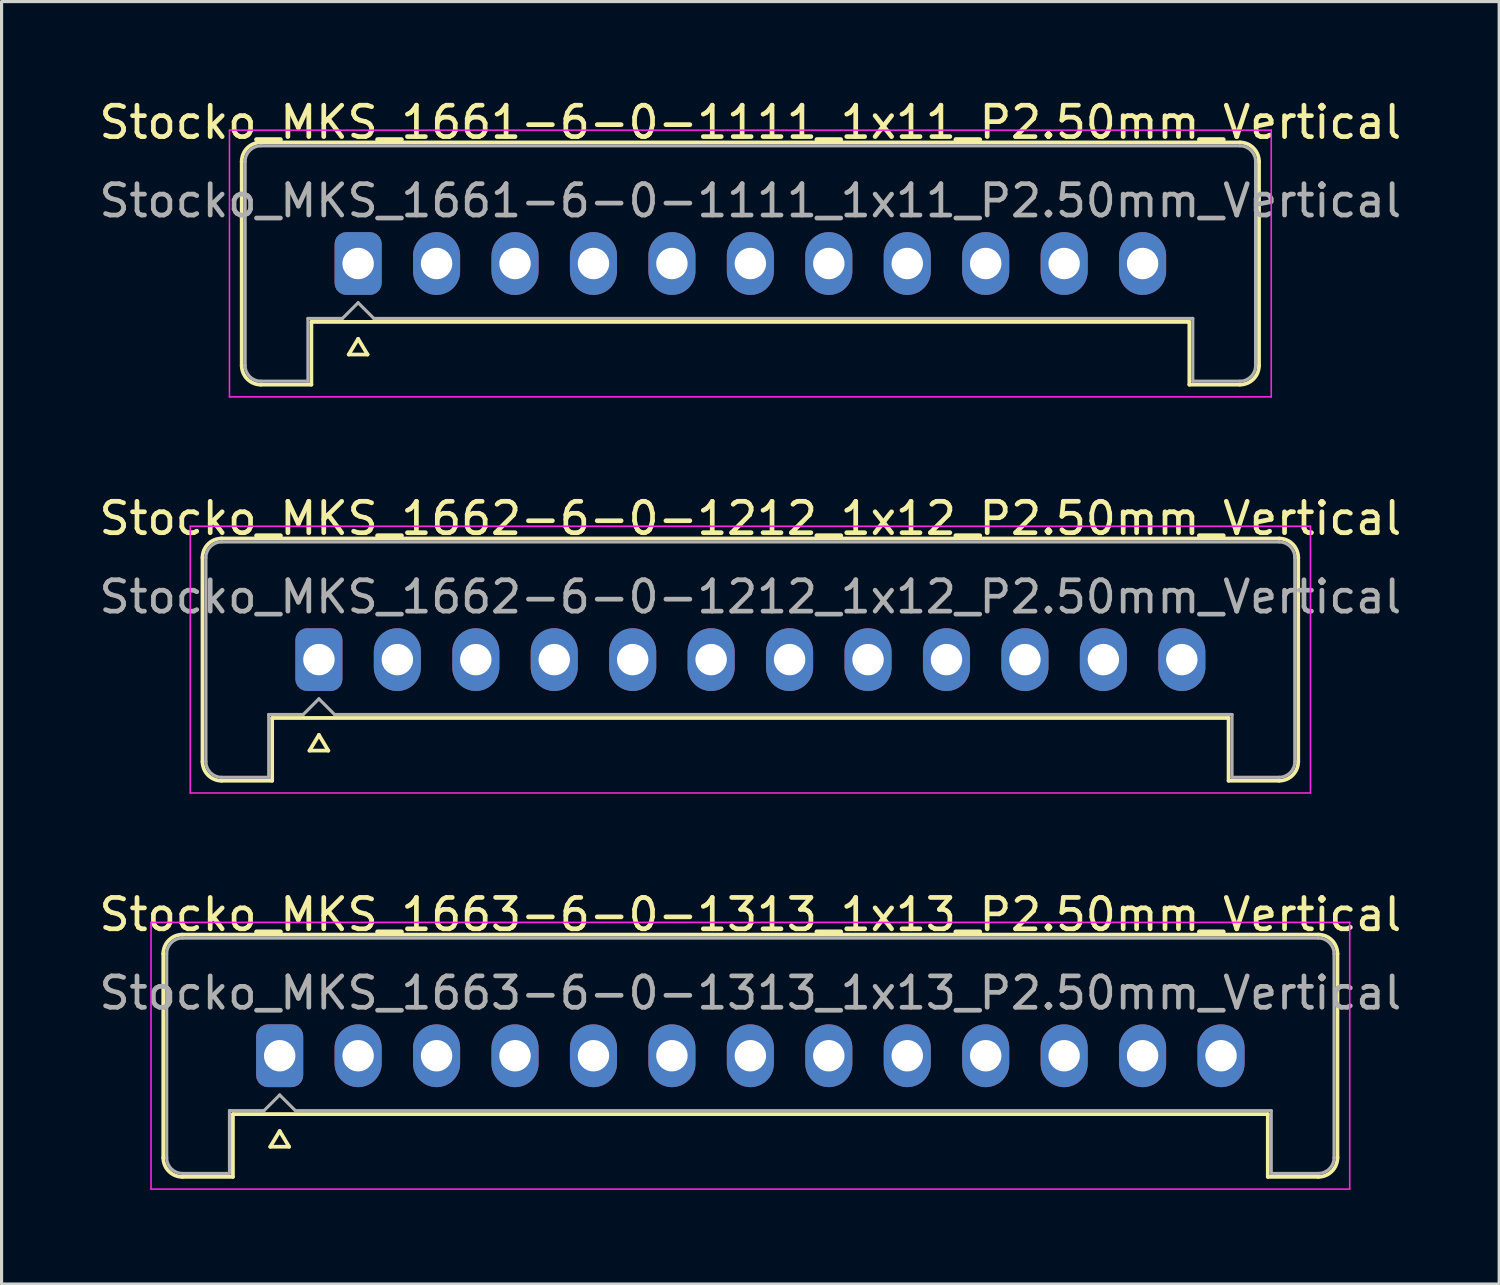
<source format=kicad_pcb>
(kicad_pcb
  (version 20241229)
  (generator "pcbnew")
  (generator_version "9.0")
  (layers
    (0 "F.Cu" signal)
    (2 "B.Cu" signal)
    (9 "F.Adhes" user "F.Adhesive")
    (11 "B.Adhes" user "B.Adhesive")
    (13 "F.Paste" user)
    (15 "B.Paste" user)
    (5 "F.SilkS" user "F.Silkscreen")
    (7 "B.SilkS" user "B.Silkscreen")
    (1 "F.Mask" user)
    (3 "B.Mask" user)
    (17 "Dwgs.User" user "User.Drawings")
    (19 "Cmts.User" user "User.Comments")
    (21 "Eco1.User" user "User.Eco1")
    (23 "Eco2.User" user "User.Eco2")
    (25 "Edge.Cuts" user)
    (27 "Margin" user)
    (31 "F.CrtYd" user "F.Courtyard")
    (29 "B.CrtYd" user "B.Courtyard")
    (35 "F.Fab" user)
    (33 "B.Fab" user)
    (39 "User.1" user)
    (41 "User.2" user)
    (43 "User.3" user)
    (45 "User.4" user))
  (footprint "Stocko_MKS_1662-6-0-1212_1x12_P2.50mm_Vertical"
    (layer "F.Cu")
    (at 7.113 17.971)
    (property "Reference" "Stocko_MKS_1662-6-0-1212_1x12_P2.50mm_Vertical" (at 13.75 -4.5 0) (layer "F.SilkS") (effects (font (size 1 1) (thickness 0.15))))
    (attr through_hole)
    (fp_line (start -3.71 -3.25) (end -3.71 3.25) (stroke (width 0.12) (type solid)) (layer "F.SilkS"))
    (fp_line (start -3.1 -3.86) (end 30.6 -3.86) (stroke (width 0.12) (type solid)) (layer "F.SilkS"))
    (fp_line (start -3.1 3.86) (end -1.49 3.86) (stroke (width 0.12) (type solid)) (layer "F.SilkS"))
    (fp_line (start -1.49 1.86) (end 28.99 1.86) (stroke (width 0.12) (type solid)) (layer "F.SilkS"))
    (fp_line (start -1.49 3.86) (end -1.49 1.86) (stroke (width 0.12) (type solid)) (layer "F.SilkS"))
    (fp_line (start -0.3 2.9) (end 0.3 2.9) (stroke (width 0.12) (type solid)) (layer "F.SilkS"))
    (fp_line (start 0 2.4) (end -0.3 2.9) (stroke (width 0.12) (type solid)) (layer "F.SilkS"))
    (fp_line (start 0.3 2.9) (end 0 2.4) (stroke (width 0.12) (type solid)) (layer "F.SilkS"))
    (fp_line (start 28.99 3.86) (end 28.99 1.86) (stroke (width 0.12) (type solid)) (layer "F.SilkS"))
    (fp_line (start 30.6 3.86) (end 28.99 3.86) (stroke (width 0.12) (type solid)) (layer "F.SilkS"))
    (fp_line (start 31.21 -3.25) (end 31.21 3.25) (stroke (width 0.12) (type solid)) (layer "F.SilkS"))
    (fp_arc (start -3.71 -3.25) (mid -3.531335 -3.681335) (end -3.1 -3.86) (stroke (width 0.12) (type solid)) (layer "F.SilkS"))
    (fp_arc (start -3.1 3.86) (mid -3.531335 3.681335) (end -3.71 3.25) (stroke (width 0.12) (type solid)) (layer "F.SilkS"))
    (fp_arc (start 30.6 -3.86) (mid 31.031335 -3.681335) (end 31.21 -3.25) (stroke (width 0.12) (type solid)) (layer "F.SilkS"))
    (fp_arc (start 31.21 3.25) (mid 31.031335 3.681335) (end 30.6 3.86) (stroke (width 0.12) (type solid)) (layer "F.SilkS"))
    (fp_line (start -4.1 -4.25) (end -4.1 4.25) (stroke (width 0.05) (type solid)) (layer "F.CrtYd"))
    (fp_line (start -4.1 4.25) (end 31.6 4.25) (stroke (width 0.05) (type solid)) (layer "F.CrtYd"))
    (fp_line (start 31.6 -4.25) (end -4.1 -4.25) (stroke (width 0.05) (type solid)) (layer "F.CrtYd"))
    (fp_line (start 31.6 4.25) (end 31.6 -4.25) (stroke (width 0.05) (type solid)) (layer "F.CrtYd"))
    (fp_line (start -3.6 -3.25) (end -3.6 3.25) (stroke (width 0.1) (type solid)) (layer "F.Fab"))
    (fp_line (start -3.1 -3.75) (end 30.6 -3.75) (stroke (width 0.1) (type solid)) (layer "F.Fab"))
    (fp_line (start -3.1 3.75) (end -1.6 3.75) (stroke (width 0.1) (type solid)) (layer "F.Fab"))
    (fp_line (start -1.6 1.75) (end -0.5 1.75) (stroke (width 0.1) (type solid)) (layer "F.Fab"))
    (fp_line (start -1.6 3.75) (end -1.6 1.75) (stroke (width 0.1) (type solid)) (layer "F.Fab"))
    (fp_line (start -0.5 1.75) (end 0 1.25) (stroke (width 0.1) (type solid)) (layer "F.Fab"))
    (fp_line (start 0 1.25) (end 0.5 1.75) (stroke (width 0.1) (type solid)) (layer "F.Fab"))
    (fp_line (start 0.5 1.75) (end 29.1 1.75) (stroke (width 0.1) (type solid)) (layer "F.Fab"))
    (fp_line (start 29.1 3.75) (end 29.1 1.75) (stroke (width 0.1) (type solid)) (layer "F.Fab"))
    (fp_line (start 30.6 3.75) (end 29.1 3.75) (stroke (width 0.1) (type solid)) (layer "F.Fab"))
    (fp_line (start 31.1 -3.25) (end 31.1 3.25) (stroke (width 0.1) (type solid)) (layer "F.Fab"))
    (fp_arc (start -3.6 -3.25) (mid -3.453553 -3.603553) (end -3.1 -3.75) (stroke (width 0.1) (type solid)) (layer "F.Fab"))
    (fp_arc (start -3.1 3.75) (mid -3.453553 3.603553) (end -3.6 3.25) (stroke (width 0.1) (type solid)) (layer "F.Fab"))
    (fp_arc (start 30.6 -3.75) (mid 30.953553 -3.603553) (end 31.1 -3.25) (stroke (width 0.1) (type solid)) (layer "F.Fab"))
    (fp_arc (start 31.1 3.25) (mid 30.953553 3.603553) (end 30.6 3.75) (stroke (width 0.1) (type solid)) (layer "F.Fab"))
    (fp_text user "${REFERENCE}" (at 13.75 -2 0) (layer "F.Fab") (effects (font (size 1 1) (thickness 0.15))))
    (pad "1" thru_hole roundrect (at 0 0) (size 1.5 2) (drill 1) (layers "*.Cu" "*.Mask") (roundrect_rratio 0.25))
    (pad "2" thru_hole oval (at 2.5 0) (size 1.5 2) (drill 1) (layers "*.Cu" "*.Mask"))
    (pad "3" thru_hole oval (at 5 0) (size 1.5 2) (drill 1) (layers "*.Cu" "*.Mask"))
    (pad "4" thru_hole oval (at 7.5 0) (size 1.5 2) (drill 1) (layers "*.Cu" "*.Mask"))
    (pad "5" thru_hole oval (at 10 0) (size 1.5 2) (drill 1) (layers "*.Cu" "*.Mask"))
    (pad "6" thru_hole oval (at 12.5 0) (size 1.5 2) (drill 1) (layers "*.Cu" "*.Mask"))
    (pad "7" thru_hole oval (at 15 0) (size 1.5 2) (drill 1) (layers "*.Cu" "*.Mask"))
    (pad "8" thru_hole oval (at 17.5 0) (size 1.5 2) (drill 1) (layers "*.Cu" "*.Mask"))
    (pad "9" thru_hole oval (at 20 0) (size 1.5 2) (drill 1) (layers "*.Cu" "*.Mask"))
    (pad "10" thru_hole oval (at 22.5 0) (size 1.5 2) (drill 1) (layers "*.Cu" "*.Mask"))
    (pad "11" thru_hole oval (at 25 0) (size 1.5 2) (drill 1) (layers "*.Cu" "*.Mask"))
    (pad "12" thru_hole oval (at 27.5 0) (size 1.5 2) (drill 1) (layers "*.Cu" "*.Mask")))
  (footprint "Stocko_MKS_1661-6-0-1111_1x11_P2.50mm_Vertical"
    (layer "F.Cu")
    (at 8.363 5.348)
    (property "Reference" "Stocko_MKS_1661-6-0-1111_1x11_P2.50mm_Vertical" (at 12.5 -4.5 0) (layer "F.SilkS") (effects (font (size 1 1) (thickness 0.15))))
    (attr through_hole)
    (fp_line (start -3.71 -3.25) (end -3.71 3.25) (stroke (width 0.12) (type solid)) (layer "F.SilkS"))
    (fp_line (start -3.1 -3.86) (end 28.1 -3.86) (stroke (width 0.12) (type solid)) (layer "F.SilkS"))
    (fp_line (start -3.1 3.86) (end -1.49 3.86) (stroke (width 0.12) (type solid)) (layer "F.SilkS"))
    (fp_line (start -1.49 1.86) (end 26.49 1.86) (stroke (width 0.12) (type solid)) (layer "F.SilkS"))
    (fp_line (start -1.49 3.86) (end -1.49 1.86) (stroke (width 0.12) (type solid)) (layer "F.SilkS"))
    (fp_line (start -0.3 2.9) (end 0.3 2.9) (stroke (width 0.12) (type solid)) (layer "F.SilkS"))
    (fp_line (start 0 2.4) (end -0.3 2.9) (stroke (width 0.12) (type solid)) (layer "F.SilkS"))
    (fp_line (start 0.3 2.9) (end 0 2.4) (stroke (width 0.12) (type solid)) (layer "F.SilkS"))
    (fp_line (start 26.49 3.86) (end 26.49 1.86) (stroke (width 0.12) (type solid)) (layer "F.SilkS"))
    (fp_line (start 28.1 3.86) (end 26.49 3.86) (stroke (width 0.12) (type solid)) (layer "F.SilkS"))
    (fp_line (start 28.71 -3.25) (end 28.71 3.25) (stroke (width 0.12) (type solid)) (layer "F.SilkS"))
    (fp_arc (start -3.71 -3.25) (mid -3.531335 -3.681335) (end -3.1 -3.86) (stroke (width 0.12) (type solid)) (layer "F.SilkS"))
    (fp_arc (start -3.1 3.86) (mid -3.531335 3.681335) (end -3.71 3.25) (stroke (width 0.12) (type solid)) (layer "F.SilkS"))
    (fp_arc (start 28.1 -3.86) (mid 28.531335 -3.681335) (end 28.71 -3.25) (stroke (width 0.12) (type solid)) (layer "F.SilkS"))
    (fp_arc (start 28.71 3.25) (mid 28.531335 3.681335) (end 28.1 3.86) (stroke (width 0.12) (type solid)) (layer "F.SilkS"))
    (fp_line (start -4.1 -4.25) (end -4.1 4.25) (stroke (width 0.05) (type solid)) (layer "F.CrtYd"))
    (fp_line (start -4.1 4.25) (end 29.1 4.25) (stroke (width 0.05) (type solid)) (layer "F.CrtYd"))
    (fp_line (start 29.1 -4.25) (end -4.1 -4.25) (stroke (width 0.05) (type solid)) (layer "F.CrtYd"))
    (fp_line (start 29.1 4.25) (end 29.1 -4.25) (stroke (width 0.05) (type solid)) (layer "F.CrtYd"))
    (fp_line (start -3.6 -3.25) (end -3.6 3.25) (stroke (width 0.1) (type solid)) (layer "F.Fab"))
    (fp_line (start -3.1 -3.75) (end 28.1 -3.75) (stroke (width 0.1) (type solid)) (layer "F.Fab"))
    (fp_line (start -3.1 3.75) (end -1.6 3.75) (stroke (width 0.1) (type solid)) (layer "F.Fab"))
    (fp_line (start -1.6 1.75) (end -0.5 1.75) (stroke (width 0.1) (type solid)) (layer "F.Fab"))
    (fp_line (start -1.6 3.75) (end -1.6 1.75) (stroke (width 0.1) (type solid)) (layer "F.Fab"))
    (fp_line (start -0.5 1.75) (end 0 1.25) (stroke (width 0.1) (type solid)) (layer "F.Fab"))
    (fp_line (start 0 1.25) (end 0.5 1.75) (stroke (width 0.1) (type solid)) (layer "F.Fab"))
    (fp_line (start 0.5 1.75) (end 26.6 1.75) (stroke (width 0.1) (type solid)) (layer "F.Fab"))
    (fp_line (start 26.6 3.75) (end 26.6 1.75) (stroke (width 0.1) (type solid)) (layer "F.Fab"))
    (fp_line (start 28.1 3.75) (end 26.6 3.75) (stroke (width 0.1) (type solid)) (layer "F.Fab"))
    (fp_line (start 28.6 -3.25) (end 28.6 3.25) (stroke (width 0.1) (type solid)) (layer "F.Fab"))
    (fp_arc (start -3.6 -3.25) (mid -3.453553 -3.603553) (end -3.1 -3.75) (stroke (width 0.1) (type solid)) (layer "F.Fab"))
    (fp_arc (start -3.1 3.75) (mid -3.453553 3.603553) (end -3.6 3.25) (stroke (width 0.1) (type solid)) (layer "F.Fab"))
    (fp_arc (start 28.1 -3.75) (mid 28.453553 -3.603553) (end 28.6 -3.25) (stroke (width 0.1) (type solid)) (layer "F.Fab"))
    (fp_arc (start 28.6 3.25) (mid 28.453553 3.603553) (end 28.1 3.75) (stroke (width 0.1) (type solid)) (layer "F.Fab"))
    (fp_text user "${REFERENCE}" (at 12.5 -2 0) (layer "F.Fab") (effects (font (size 1 1) (thickness 0.15))))
    (pad "1" thru_hole roundrect (at 0 0) (size 1.5 2) (drill 1) (layers "*.Cu" "*.Mask") (roundrect_rratio 0.25))
    (pad "2" thru_hole oval (at 2.5 0) (size 1.5 2) (drill 1) (layers "*.Cu" "*.Mask"))
    (pad "3" thru_hole oval (at 5 0) (size 1.5 2) (drill 1) (layers "*.Cu" "*.Mask"))
    (pad "4" thru_hole oval (at 7.5 0) (size 1.5 2) (drill 1) (layers "*.Cu" "*.Mask"))
    (pad "5" thru_hole oval (at 10 0) (size 1.5 2) (drill 1) (layers "*.Cu" "*.Mask"))
    (pad "6" thru_hole oval (at 12.5 0) (size 1.5 2) (drill 1) (layers "*.Cu" "*.Mask"))
    (pad "7" thru_hole oval (at 15 0) (size 1.5 2) (drill 1) (layers "*.Cu" "*.Mask"))
    (pad "8" thru_hole oval (at 17.5 0) (size 1.5 2) (drill 1) (layers "*.Cu" "*.Mask"))
    (pad "9" thru_hole oval (at 20 0) (size 1.5 2) (drill 1) (layers "*.Cu" "*.Mask"))
    (pad "10" thru_hole oval (at 22.5 0) (size 1.5 2) (drill 1) (layers "*.Cu" "*.Mask"))
    (pad "11" thru_hole oval (at 25 0) (size 1.5 2) (drill 1) (layers "*.Cu" "*.Mask")))
  (footprint "Stocko_MKS_1663-6-0-1313_1x13_P2.50mm_Vertical"
    (layer "F.Cu")
    (at 5.863 30.595)
    (property "Reference" "Stocko_MKS_1663-6-0-1313_1x13_P2.50mm_Vertical" (at 15 -4.5 0) (layer "F.SilkS") (effects (font (size 1 1) (thickness 0.15))))
    (attr through_hole)
    (fp_line (start -3.71 -3.25) (end -3.71 3.25) (stroke (width 0.12) (type solid)) (layer "F.SilkS"))
    (fp_line (start -3.1 -3.86) (end 33.1 -3.86) (stroke (width 0.12) (type solid)) (layer "F.SilkS"))
    (fp_line (start -3.1 3.86) (end -1.49 3.86) (stroke (width 0.12) (type solid)) (layer "F.SilkS"))
    (fp_line (start -1.49 1.86) (end 31.49 1.86) (stroke (width 0.12) (type solid)) (layer "F.SilkS"))
    (fp_line (start -1.49 3.86) (end -1.49 1.86) (stroke (width 0.12) (type solid)) (layer "F.SilkS"))
    (fp_line (start -0.3 2.9) (end 0.3 2.9) (stroke (width 0.12) (type solid)) (layer "F.SilkS"))
    (fp_line (start 0 2.4) (end -0.3 2.9) (stroke (width 0.12) (type solid)) (layer "F.SilkS"))
    (fp_line (start 0.3 2.9) (end 0 2.4) (stroke (width 0.12) (type solid)) (layer "F.SilkS"))
    (fp_line (start 31.49 3.86) (end 31.49 1.86) (stroke (width 0.12) (type solid)) (layer "F.SilkS"))
    (fp_line (start 33.1 3.86) (end 31.49 3.86) (stroke (width 0.12) (type solid)) (layer "F.SilkS"))
    (fp_line (start 33.71 -3.25) (end 33.71 3.25) (stroke (width 0.12) (type solid)) (layer "F.SilkS"))
    (fp_arc (start -3.71 -3.25) (mid -3.531335 -3.681335) (end -3.1 -3.86) (stroke (width 0.12) (type solid)) (layer "F.SilkS"))
    (fp_arc (start -3.1 3.86) (mid -3.531335 3.681335) (end -3.71 3.25) (stroke (width 0.12) (type solid)) (layer "F.SilkS"))
    (fp_arc (start 33.1 -3.86) (mid 33.531335 -3.681335) (end 33.71 -3.25) (stroke (width 0.12) (type solid)) (layer "F.SilkS"))
    (fp_arc (start 33.71 3.25) (mid 33.531335 3.681335) (end 33.1 3.86) (stroke (width 0.12) (type solid)) (layer "F.SilkS"))
    (fp_line (start -4.1 -4.25) (end -4.1 4.25) (stroke (width 0.05) (type solid)) (layer "F.CrtYd"))
    (fp_line (start -4.1 4.25) (end 34.1 4.25) (stroke (width 0.05) (type solid)) (layer "F.CrtYd"))
    (fp_line (start 34.1 -4.25) (end -4.1 -4.25) (stroke (width 0.05) (type solid)) (layer "F.CrtYd"))
    (fp_line (start 34.1 4.25) (end 34.1 -4.25) (stroke (width 0.05) (type solid)) (layer "F.CrtYd"))
    (fp_line (start -3.6 -3.25) (end -3.6 3.25) (stroke (width 0.1) (type solid)) (layer "F.Fab"))
    (fp_line (start -3.1 -3.75) (end 33.1 -3.75) (stroke (width 0.1) (type solid)) (layer "F.Fab"))
    (fp_line (start -3.1 3.75) (end -1.6 3.75) (stroke (width 0.1) (type solid)) (layer "F.Fab"))
    (fp_line (start -1.6 1.75) (end -0.5 1.75) (stroke (width 0.1) (type solid)) (layer "F.Fab"))
    (fp_line (start -1.6 3.75) (end -1.6 1.75) (stroke (width 0.1) (type solid)) (layer "F.Fab"))
    (fp_line (start -0.5 1.75) (end 0 1.25) (stroke (width 0.1) (type solid)) (layer "F.Fab"))
    (fp_line (start 0 1.25) (end 0.5 1.75) (stroke (width 0.1) (type solid)) (layer "F.Fab"))
    (fp_line (start 0.5 1.75) (end 31.6 1.75) (stroke (width 0.1) (type solid)) (layer "F.Fab"))
    (fp_line (start 31.6 3.75) (end 31.6 1.75) (stroke (width 0.1) (type solid)) (layer "F.Fab"))
    (fp_line (start 33.1 3.75) (end 31.6 3.75) (stroke (width 0.1) (type solid)) (layer "F.Fab"))
    (fp_line (start 33.6 -3.25) (end 33.6 3.25) (stroke (width 0.1) (type solid)) (layer "F.Fab"))
    (fp_arc (start -3.6 -3.25) (mid -3.453553 -3.603553) (end -3.1 -3.75) (stroke (width 0.1) (type solid)) (layer "F.Fab"))
    (fp_arc (start -3.1 3.75) (mid -3.453553 3.603553) (end -3.6 3.25) (stroke (width 0.1) (type solid)) (layer "F.Fab"))
    (fp_arc (start 33.1 -3.75) (mid 33.453553 -3.603553) (end 33.6 -3.25) (stroke (width 0.1) (type solid)) (layer "F.Fab"))
    (fp_arc (start 33.6 3.25) (mid 33.453553 3.603553) (end 33.1 3.75) (stroke (width 0.1) (type solid)) (layer "F.Fab"))
    (fp_text user "${REFERENCE}" (at 15 -2 0) (layer "F.Fab") (effects (font (size 1 1) (thickness 0.15))))
    (pad "1" thru_hole roundrect (at 0 0) (size 1.5 2) (drill 1) (layers "*.Cu" "*.Mask") (roundrect_rratio 0.25))
    (pad "2" thru_hole oval (at 2.5 0) (size 1.5 2) (drill 1) (layers "*.Cu" "*.Mask"))
    (pad "3" thru_hole oval (at 5 0) (size 1.5 2) (drill 1) (layers "*.Cu" "*.Mask"))
    (pad "4" thru_hole oval (at 7.5 0) (size 1.5 2) (drill 1) (layers "*.Cu" "*.Mask"))
    (pad "5" thru_hole oval (at 10 0) (size 1.5 2) (drill 1) (layers "*.Cu" "*.Mask"))
    (pad "6" thru_hole oval (at 12.5 0) (size 1.5 2) (drill 1) (layers "*.Cu" "*.Mask"))
    (pad "7" thru_hole oval (at 15 0) (size 1.5 2) (drill 1) (layers "*.Cu" "*.Mask"))
    (pad "8" thru_hole oval (at 17.5 0) (size 1.5 2) (drill 1) (layers "*.Cu" "*.Mask"))
    (pad "9" thru_hole oval (at 20 0) (size 1.5 2) (drill 1) (layers "*.Cu" "*.Mask"))
    (pad "10" thru_hole oval (at 22.5 0) (size 1.5 2) (drill 1) (layers "*.Cu" "*.Mask"))
    (pad "11" thru_hole oval (at 25 0) (size 1.5 2) (drill 1) (layers "*.Cu" "*.Mask"))
    (pad "12" thru_hole oval (at 27.5 0) (size 1.5 2) (drill 1) (layers "*.Cu" "*.Mask"))
    (pad "13" thru_hole oval (at 30 0) (size 1.5 2) (drill 1) (layers "*.Cu" "*.Mask")))
  (gr_rect
    (start -3 -3)
    (end 44.726 37.87)
    (stroke (width 0.1) (type default))
    (fill no)
    (layer "Edge.Cuts")))
</source>
